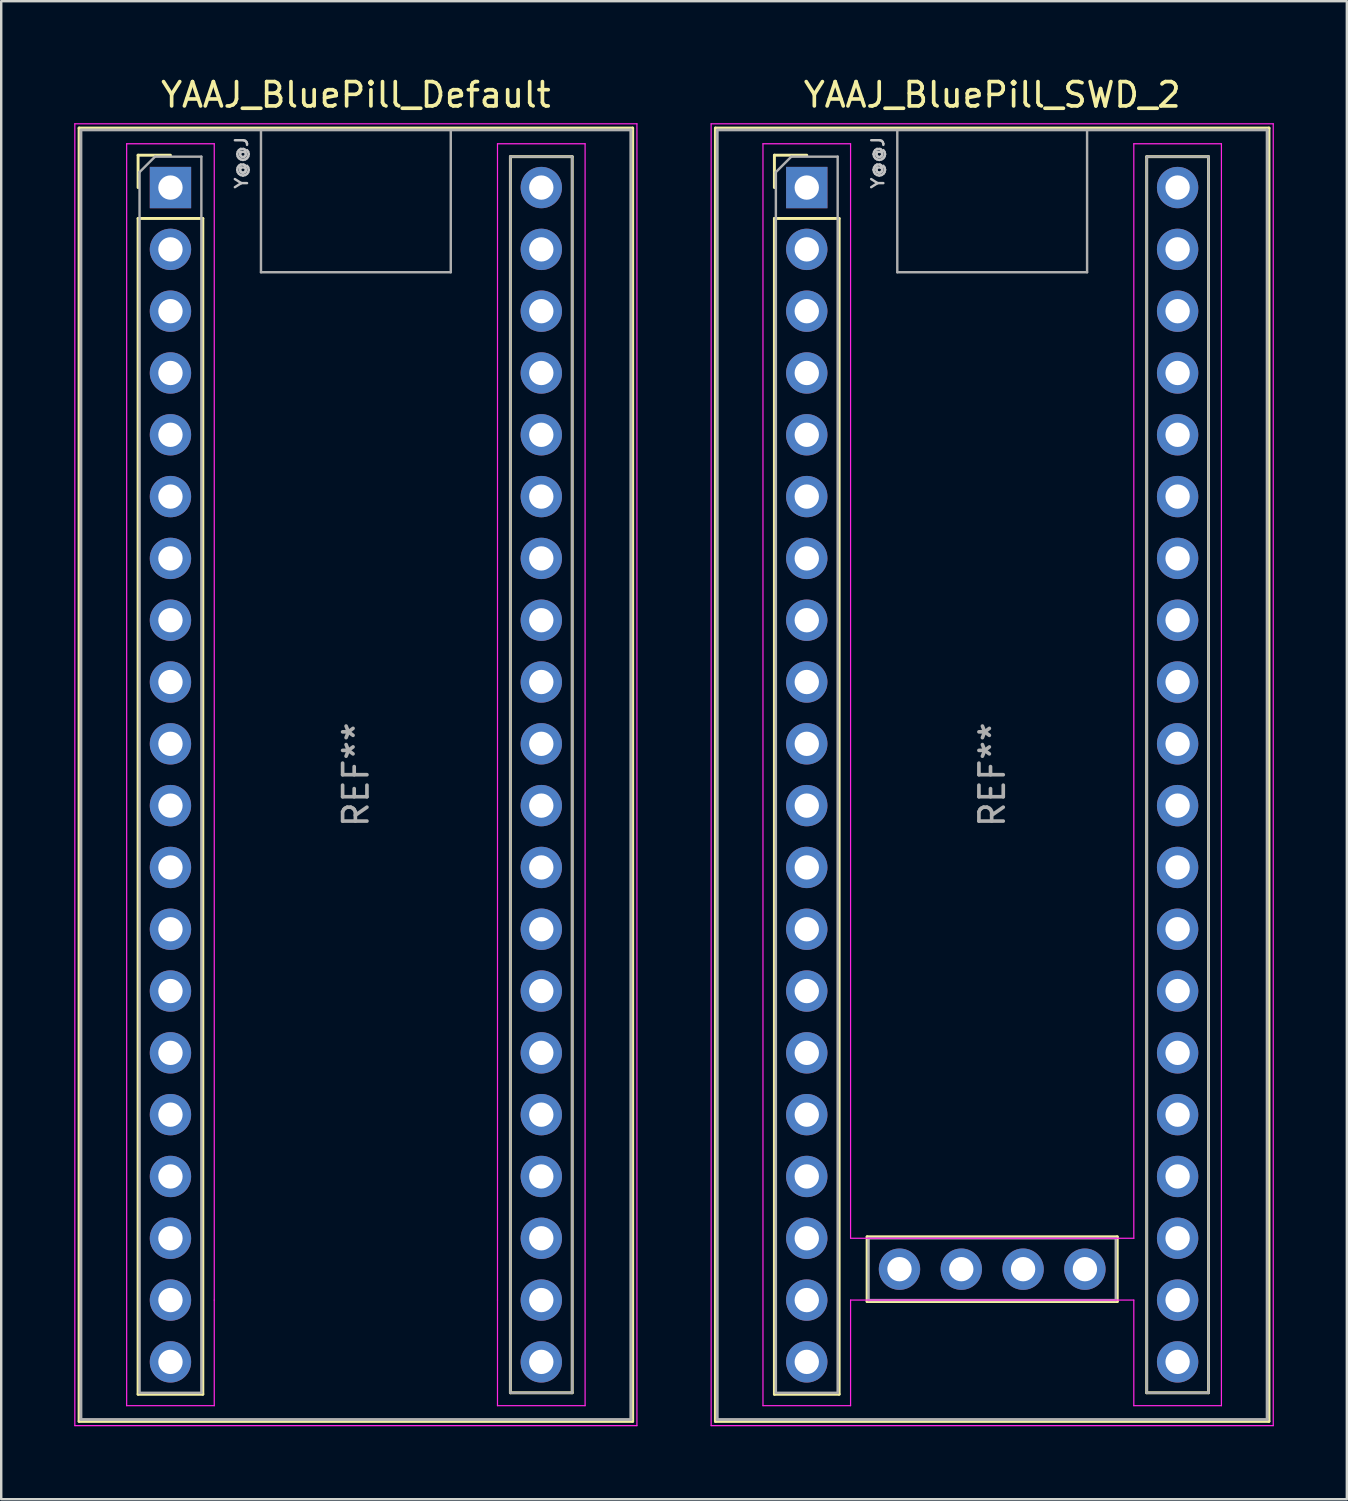
<source format=kicad_pcb>
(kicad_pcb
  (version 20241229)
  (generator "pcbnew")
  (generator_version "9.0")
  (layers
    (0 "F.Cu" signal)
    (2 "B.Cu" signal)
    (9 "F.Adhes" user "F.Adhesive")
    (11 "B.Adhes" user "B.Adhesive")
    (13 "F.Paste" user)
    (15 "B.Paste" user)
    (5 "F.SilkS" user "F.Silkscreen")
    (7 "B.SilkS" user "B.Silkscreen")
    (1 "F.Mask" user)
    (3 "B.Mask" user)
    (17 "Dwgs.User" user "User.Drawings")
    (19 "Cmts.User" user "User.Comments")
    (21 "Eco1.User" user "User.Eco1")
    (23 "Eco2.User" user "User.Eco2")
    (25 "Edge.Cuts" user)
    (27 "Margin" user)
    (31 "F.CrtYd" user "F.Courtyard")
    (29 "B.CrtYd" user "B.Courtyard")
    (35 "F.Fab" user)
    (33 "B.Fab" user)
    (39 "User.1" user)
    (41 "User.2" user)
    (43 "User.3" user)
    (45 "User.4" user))
  (footprint "YAAJ_BluePill_Default"
    (layer "F.Cu")
    (at 3.955 4.658)
    (property "Reference" "YAAJ_BluePill_Default" (at 7.62 -3.81 0) (layer "F.SilkS") (effects (font (size 1 1) (thickness 0.15))))
    (attr through_hole)
    (fp_line (start -3.755 -2.445) (end 18.995 -2.445) (stroke (width 0.12) (type solid)) (layer "F.SilkS"))
    (fp_line (start -3.755 50.705) (end -3.755 -2.445) (stroke (width 0.12) (type solid)) (layer "F.SilkS"))
    (fp_line (start -1.33 -1.33) (end 0 -1.33) (stroke (width 0.12) (type solid)) (layer "F.SilkS"))
    (fp_line (start -1.33 0) (end -1.33 -1.33) (stroke (width 0.12) (type solid)) (layer "F.SilkS"))
    (fp_line (start -1.33 1.27) (end 1.33 1.27) (stroke (width 0.12) (type solid)) (layer "F.SilkS"))
    (fp_line (start -1.33 49.59) (end -1.33 1.27) (stroke (width 0.12) (type solid)) (layer "F.SilkS"))
    (fp_line (start 1.33 1.27) (end 1.33 49.59) (stroke (width 0.12) (type solid)) (layer "F.SilkS"))
    (fp_line (start 1.33 49.59) (end -1.33 49.59) (stroke (width 0.12) (type solid)) (layer "F.SilkS"))
    (fp_line (start 13.97 -1.27) (end 16.51 -1.27) (stroke (width 0.12) (type solid)) (layer "F.SilkS"))
    (fp_line (start 13.97 49.53) (end 13.97 -1.27) (stroke (width 0.12) (type solid)) (layer "F.SilkS"))
    (fp_line (start 16.51 -1.27) (end 16.51 49.53) (stroke (width 0.12) (type solid)) (layer "F.SilkS"))
    (fp_line (start 16.51 49.53) (end 13.97 49.53) (stroke (width 0.12) (type solid)) (layer "F.SilkS"))
    (fp_line (start 18.995 -2.445) (end 18.995 50.705) (stroke (width 0.12) (type solid)) (layer "F.SilkS"))
    (fp_line (start 18.995 50.705) (end -3.755 50.705) (stroke (width 0.12) (type solid)) (layer "F.SilkS"))
    (fp_line (start -3.93 -2.62) (end 19.17 -2.62) (stroke (width 0.05) (type solid)) (layer "F.CrtYd"))
    (fp_line (start -3.93 50.88) (end -3.93 -2.62) (stroke (width 0.05) (type solid)) (layer "F.CrtYd"))
    (fp_line (start -1.8 -1.8) (end -1.8 50.06) (stroke (width 0.05) (type solid)) (layer "F.CrtYd"))
    (fp_line (start -1.8 50.06) (end 1.8 50.06) (stroke (width 0.05) (type solid)) (layer "F.CrtYd"))
    (fp_line (start 1.8 -1.8) (end -1.8 -1.8) (stroke (width 0.05) (type solid)) (layer "F.CrtYd"))
    (fp_line (start 1.8 -1.8) (end 1.8 45.72) (stroke (width 0.05) (type solid)) (layer "F.CrtYd"))
    (fp_line (start 1.8 45.72) (end 1.8 50.06) (stroke (width 0.05) (type solid)) (layer "F.CrtYd"))
    (fp_line (start 13.44 -1.8) (end 13.44 45.72) (stroke (width 0.05) (type solid)) (layer "F.CrtYd"))
    (fp_line (start 13.44 -1.8) (end 17.04 -1.8) (stroke (width 0.05) (type solid)) (layer "F.CrtYd"))
    (fp_line (start 13.44 45.72) (end 13.44 50.06) (stroke (width 0.05) (type solid)) (layer "F.CrtYd"))
    (fp_line (start 17.04 -1.8) (end 17.04 50.06) (stroke (width 0.05) (type solid)) (layer "F.CrtYd"))
    (fp_line (start 17.04 50.06) (end 13.44 50.06) (stroke (width 0.05) (type solid)) (layer "F.CrtYd"))
    (fp_line (start 19.17 -2.62) (end 19.17 50.88) (stroke (width 0.05) (type solid)) (layer "F.CrtYd"))
    (fp_line (start 19.17 50.88) (end -3.93 50.88) (stroke (width 0.05) (type solid)) (layer "F.CrtYd"))
    (fp_line (start -3.68 -2.37) (end 18.92 -2.37) (stroke (width 0.12) (type solid)) (layer "F.Fab"))
    (fp_line (start -3.68 50.63) (end -3.68 -2.32) (stroke (width 0.12) (type solid)) (layer "F.Fab"))
    (fp_line (start -3.68 50.63) (end 18.92 50.63) (stroke (width 0.12) (type solid)) (layer "F.Fab"))
    (fp_line (start -1.27 -0.635) (end -0.635 -1.27) (stroke (width 0.1) (type solid)) (layer "F.Fab"))
    (fp_line (start -1.27 49.53) (end -1.27 -0.635) (stroke (width 0.1) (type solid)) (layer "F.Fab"))
    (fp_line (start -0.635 -1.27) (end 1.27 -1.27) (stroke (width 0.1) (type solid)) (layer "F.Fab"))
    (fp_line (start 1.27 -1.27) (end 1.27 49.53) (stroke (width 0.1) (type solid)) (layer "F.Fab"))
    (fp_line (start 1.27 49.53) (end -1.27 49.53) (stroke (width 0.1) (type solid)) (layer "F.Fab"))
    (fp_line (start 3.72 3.48) (end 3.72 -2.32) (stroke (width 0.1) (type solid)) (layer "F.Fab"))
    (fp_line (start 3.72 3.48) (end 11.52 3.48) (stroke (width 0.1) (type solid)) (layer "F.Fab"))
    (fp_line (start 11.52 3.48) (end 11.52 -2.32) (stroke (width 0.1) (type solid)) (layer "F.Fab"))
    (fp_line (start 13.97 -1.27) (end 16.51 -1.27) (stroke (width 0.1) (type solid)) (layer "F.Fab"))
    (fp_line (start 13.97 49.53) (end 13.97 -1.27) (stroke (width 0.1) (type solid)) (layer "F.Fab"))
    (fp_line (start 16.51 -1.27) (end 16.51 49.53) (stroke (width 0.1) (type solid)) (layer "F.Fab"))
    (fp_line (start 16.51 49.53) (end 13.97 49.53) (stroke (width 0.1) (type solid)) (layer "F.Fab"))
    (fp_line (start 18.92 -2.37) (end 18.92 50.63) (stroke (width 0.12) (type solid)) (layer "F.Fab"))
    (fp_text user "Y@@J" (at 2.921 -1.016 90) (unlocked yes) (layer "Dwgs.User") (effects (font (size 0.5 0.5) (thickness 0.1))))
    (fp_text user "REF**" (at 7.62 24.13 90) (layer "F.Fab") (effects (font (size 1 1) (thickness 0.15))))
    (pad "1" thru_hole rect (at 0 0) (size 1.7 1.7) (drill 1) (layers "*.Cu" "*.Mask"))
    (pad "2" thru_hole circle (at 0 2.54) (size 1.7 1.7) (drill 1) (layers "*.Cu" "*.Mask"))
    (pad "3" thru_hole circle (at 0 5.08) (size 1.7 1.7) (drill 1) (layers "*.Cu" "*.Mask"))
    (pad "4" thru_hole circle (at 0 7.62) (size 1.7 1.7) (drill 1) (layers "*.Cu" "*.Mask"))
    (pad "5" thru_hole circle (at 0 10.16) (size 1.7 1.7) (drill 1) (layers "*.Cu" "*.Mask"))
    (pad "6" thru_hole circle (at 0 12.7) (size 1.7 1.7) (drill 1) (layers "*.Cu" "*.Mask"))
    (pad "7" thru_hole circle (at 0 15.24) (size 1.7 1.7) (drill 1) (layers "*.Cu" "*.Mask"))
    (pad "8" thru_hole circle (at 0 17.78) (size 1.7 1.7) (drill 1) (layers "*.Cu" "*.Mask"))
    (pad "9" thru_hole circle (at 0 20.32) (size 1.7 1.7) (drill 1) (layers "*.Cu" "*.Mask"))
    (pad "10" thru_hole circle (at 0 22.86) (size 1.7 1.7) (drill 1) (layers "*.Cu" "*.Mask"))
    (pad "11" thru_hole circle (at 0 25.4) (size 1.7 1.7) (drill 1) (layers "*.Cu" "*.Mask"))
    (pad "12" thru_hole circle (at 0 27.94) (size 1.7 1.7) (drill 1) (layers "*.Cu" "*.Mask"))
    (pad "13" thru_hole circle (at 0 30.48) (size 1.7 1.7) (drill 1) (layers "*.Cu" "*.Mask"))
    (pad "14" thru_hole circle (at 0 33.02) (size 1.7 1.7) (drill 1) (layers "*.Cu" "*.Mask"))
    (pad "15" thru_hole circle (at 0 35.56) (size 1.7 1.7) (drill 1) (layers "*.Cu" "*.Mask"))
    (pad "16" thru_hole circle (at 0 38.1) (size 1.7 1.7) (drill 1) (layers "*.Cu" "*.Mask"))
    (pad "17" thru_hole circle (at 0 40.64) (size 1.7 1.7) (drill 1) (layers "*.Cu" "*.Mask"))
    (pad "18" thru_hole circle (at 0 43.18) (size 1.7 1.7) (drill 1) (layers "*.Cu" "*.Mask"))
    (pad "19" thru_hole circle (at 0 45.72) (size 1.7 1.7) (drill 1) (layers "*.Cu" "*.Mask"))
    (pad "20" thru_hole circle (at 0 48.26) (size 1.7 1.7) (drill 1) (layers "*.Cu" "*.Mask"))
    (pad "21" thru_hole circle (at 15.24 48.26) (size 1.7 1.7) (drill 1) (layers "*.Cu" "*.Mask"))
    (pad "22" thru_hole circle (at 15.24 45.72) (size 1.7 1.7) (drill 1) (layers "*.Cu" "*.Mask"))
    (pad "23" thru_hole circle (at 15.24 43.18) (size 1.7 1.7) (drill 1) (layers "*.Cu" "*.Mask"))
    (pad "24" thru_hole circle (at 15.24 40.64) (size 1.7 1.7) (drill 1) (layers "*.Cu" "*.Mask"))
    (pad "25" thru_hole circle (at 15.24 38.1) (size 1.7 1.7) (drill 1) (layers "*.Cu" "*.Mask"))
    (pad "26" thru_hole circle (at 15.24 35.56) (size 1.7 1.7) (drill 1) (layers "*.Cu" "*.Mask"))
    (pad "27" thru_hole circle (at 15.24 33.02) (size 1.7 1.7) (drill 1) (layers "*.Cu" "*.Mask"))
    (pad "28" thru_hole circle (at 15.24 30.48) (size 1.7 1.7) (drill 1) (layers "*.Cu" "*.Mask"))
    (pad "29" thru_hole circle (at 15.24 27.94) (size 1.7 1.7) (drill 1) (layers "*.Cu" "*.Mask"))
    (pad "30" thru_hole circle (at 15.24 25.4) (size 1.7 1.7) (drill 1) (layers "*.Cu" "*.Mask"))
    (pad "31" thru_hole circle (at 15.24 22.86) (size 1.7 1.7) (drill 1) (layers "*.Cu" "*.Mask"))
    (pad "32" thru_hole circle (at 15.24 20.32) (size 1.7 1.7) (drill 1) (layers "*.Cu" "*.Mask"))
    (pad "33" thru_hole circle (at 15.24 17.78) (size 1.7 1.7) (drill 1) (layers "*.Cu" "*.Mask"))
    (pad "34" thru_hole circle (at 15.24 15.24) (size 1.7 1.7) (drill 1) (layers "*.Cu" "*.Mask"))
    (pad "35" thru_hole circle (at 15.24 12.7) (size 1.7 1.7) (drill 1) (layers "*.Cu" "*.Mask"))
    (pad "36" thru_hole circle (at 15.24 10.16) (size 1.7 1.7) (drill 1) (layers "*.Cu" "*.Mask"))
    (pad "37" thru_hole circle (at 15.24 7.62) (size 1.7 1.7) (drill 1) (layers "*.Cu" "*.Mask"))
    (pad "38" thru_hole circle (at 15.24 5.08) (size 1.7 1.7) (drill 1) (layers "*.Cu" "*.Mask"))
    (pad "39" thru_hole circle (at 15.24 2.54) (size 1.7 1.7) (drill 1) (layers "*.Cu" "*.Mask"))
    (pad "40" thru_hole circle (at 15.24 0) (size 1.7 1.7) (drill 1) (layers "*.Cu" "*.Mask")))
  (footprint "YAAJ_BluePill_SWD_2"
    (layer "F.Cu")
    (at 30.105 4.658)
    (property "Reference" "YAAJ_BluePill_SWD_2" (at 7.62 -3.81 0) (layer "F.SilkS") (effects (font (size 1 1) (thickness 0.15))))
    (attr through_hole)
    (fp_line (start -3.755 -2.445) (end 18.995 -2.445) (stroke (width 0.12) (type solid)) (layer "F.SilkS"))
    (fp_line (start -3.755 50.705) (end -3.755 -2.445) (stroke (width 0.12) (type solid)) (layer "F.SilkS"))
    (fp_line (start -1.33 -1.33) (end 0 -1.33) (stroke (width 0.12) (type solid)) (layer "F.SilkS"))
    (fp_line (start -1.33 0) (end -1.33 -1.33) (stroke (width 0.12) (type solid)) (layer "F.SilkS"))
    (fp_line (start -1.33 1.27) (end 1.33 1.27) (stroke (width 0.12) (type solid)) (layer "F.SilkS"))
    (fp_line (start -1.33 49.59) (end -1.33 1.27) (stroke (width 0.12) (type solid)) (layer "F.SilkS"))
    (fp_line (start 1.33 1.27) (end 1.33 49.59) (stroke (width 0.12) (type solid)) (layer "F.SilkS"))
    (fp_line (start 1.33 49.59) (end -1.33 49.59) (stroke (width 0.12) (type solid)) (layer "F.SilkS"))
    (fp_line (start 2.48 43.12) (end 2.48 45.78) (stroke (width 0.12) (type solid)) (layer "F.SilkS"))
    (fp_line (start 2.48 45.78) (end 12.76 45.78) (stroke (width 0.12) (type solid)) (layer "F.SilkS"))
    (fp_line (start 12.76 43.12) (end 2.48 43.12) (stroke (width 0.12) (type solid)) (layer "F.SilkS"))
    (fp_line (start 12.76 45.78) (end 12.76 43.12) (stroke (width 0.12) (type solid)) (layer "F.SilkS"))
    (fp_line (start 13.97 -1.27) (end 16.51 -1.27) (stroke (width 0.12) (type solid)) (layer "F.SilkS"))
    (fp_line (start 13.97 49.53) (end 13.97 -1.27) (stroke (width 0.12) (type solid)) (layer "F.SilkS"))
    (fp_line (start 16.51 -1.27) (end 16.51 49.53) (stroke (width 0.12) (type solid)) (layer "F.SilkS"))
    (fp_line (start 16.51 49.53) (end 13.97 49.53) (stroke (width 0.12) (type solid)) (layer "F.SilkS"))
    (fp_line (start 18.995 -2.445) (end 18.995 50.705) (stroke (width 0.12) (type solid)) (layer "F.SilkS"))
    (fp_line (start 18.995 50.705) (end -3.755 50.705) (stroke (width 0.12) (type solid)) (layer "F.SilkS"))
    (fp_line (start -3.93 -2.62) (end 19.17 -2.62) (stroke (width 0.05) (type solid)) (layer "F.CrtYd"))
    (fp_line (start -3.93 50.88) (end -3.93 -2.62) (stroke (width 0.05) (type solid)) (layer "F.CrtYd"))
    (fp_line (start -1.8 -1.8) (end -1.8 50.06) (stroke (width 0.05) (type solid)) (layer "F.CrtYd"))
    (fp_line (start -1.8 50.06) (end 1.8 50.06) (stroke (width 0.05) (type solid)) (layer "F.CrtYd"))
    (fp_line (start 1.8 -1.8) (end -1.8 -1.8) (stroke (width 0.05) (type solid)) (layer "F.CrtYd"))
    (fp_line (start 1.8 -1.8) (end 1.8 43.18) (stroke (width 0.05) (type solid)) (layer "F.CrtYd"))
    (fp_line (start 1.8 43.18) (end 13.44 43.18) (stroke (width 0.05) (type solid)) (layer "F.CrtYd"))
    (fp_line (start 1.8 45.72) (end 1.8 50.06) (stroke (width 0.05) (type solid)) (layer "F.CrtYd"))
    (fp_line (start 13.44 -1.8) (end 13.44 43.18) (stroke (width 0.05) (type solid)) (layer "F.CrtYd"))
    (fp_line (start 13.44 -1.8) (end 17.04 -1.8) (stroke (width 0.05) (type solid)) (layer "F.CrtYd"))
    (fp_line (start 13.44 45.72) (end 1.8 45.72) (stroke (width 0.05) (type solid)) (layer "F.CrtYd"))
    (fp_line (start 13.44 45.72) (end 13.44 50.06) (stroke (width 0.05) (type solid)) (layer "F.CrtYd"))
    (fp_line (start 17.04 -1.8) (end 17.04 50.06) (stroke (width 0.05) (type solid)) (layer "F.CrtYd"))
    (fp_line (start 17.04 50.06) (end 13.44 50.06) (stroke (width 0.05) (type solid)) (layer "F.CrtYd"))
    (fp_line (start 19.17 -2.62) (end 19.17 50.88) (stroke (width 0.05) (type solid)) (layer "F.CrtYd"))
    (fp_line (start 19.17 50.88) (end -3.93 50.88) (stroke (width 0.05) (type solid)) (layer "F.CrtYd"))
    (fp_line (start -3.68 -2.37) (end 18.92 -2.37) (stroke (width 0.12) (type solid)) (layer "F.Fab"))
    (fp_line (start -3.68 50.63) (end -3.68 -2.32) (stroke (width 0.12) (type solid)) (layer "F.Fab"))
    (fp_line (start -3.68 50.63) (end 18.92 50.63) (stroke (width 0.12) (type solid)) (layer "F.Fab"))
    (fp_line (start -1.27 -0.635) (end -0.635 -1.27) (stroke (width 0.1) (type solid)) (layer "F.Fab"))
    (fp_line (start -1.27 49.53) (end -1.27 -0.635) (stroke (width 0.1) (type solid)) (layer "F.Fab"))
    (fp_line (start -0.635 -1.27) (end 1.27 -1.27) (stroke (width 0.1) (type solid)) (layer "F.Fab"))
    (fp_line (start 1.27 -1.27) (end 1.27 49.53) (stroke (width 0.1) (type solid)) (layer "F.Fab"))
    (fp_line (start 1.27 49.53) (end -1.27 49.53) (stroke (width 0.1) (type solid)) (layer "F.Fab"))
    (fp_line (start 2.54 43.18) (end 12.7 43.18) (stroke (width 0.1) (type solid)) (layer "F.Fab"))
    (fp_line (start 2.54 45.72) (end 2.54 43.18) (stroke (width 0.1) (type solid)) (layer "F.Fab"))
    (fp_line (start 3.72 3.48) (end 3.72 -2.32) (stroke (width 0.1) (type solid)) (layer "F.Fab"))
    (fp_line (start 3.72 3.48) (end 11.52 3.48) (stroke (width 0.1) (type solid)) (layer "F.Fab"))
    (fp_line (start 11.52 3.48) (end 11.52 -2.32) (stroke (width 0.1) (type solid)) (layer "F.Fab"))
    (fp_line (start 12.7 43.18) (end 12.7 45.72) (stroke (width 0.1) (type solid)) (layer "F.Fab"))
    (fp_line (start 12.7 45.72) (end 2.54 45.72) (stroke (width 0.1) (type solid)) (layer "F.Fab"))
    (fp_line (start 13.97 -1.27) (end 16.51 -1.27) (stroke (width 0.1) (type solid)) (layer "F.Fab"))
    (fp_line (start 13.97 49.53) (end 13.97 -1.27) (stroke (width 0.1) (type solid)) (layer "F.Fab"))
    (fp_line (start 16.51 -1.27) (end 16.51 49.53) (stroke (width 0.1) (type solid)) (layer "F.Fab"))
    (fp_line (start 16.51 49.53) (end 13.97 49.53) (stroke (width 0.1) (type solid)) (layer "F.Fab"))
    (fp_line (start 18.92 -2.37) (end 18.92 50.63) (stroke (width 0.12) (type solid)) (layer "F.Fab"))
    (fp_text user "Y@@J" (at 2.921 -1.016 90) (unlocked yes) (layer "Dwgs.User") (effects (font (size 0.5 0.5) (thickness 0.1))))
    (fp_text user "REF**" (at 7.62 24.13 90) (layer "F.Fab") (effects (font (size 1 1) (thickness 0.15))))
    (pad "1" thru_hole rect (at 0 0) (size 1.7 1.7) (drill 1) (layers "*.Cu" "*.Mask"))
    (pad "2" thru_hole circle (at 0 2.54) (size 1.7 1.7) (drill 1) (layers "*.Cu" "*.Mask"))
    (pad "3" thru_hole circle (at 0 5.08) (size 1.7 1.7) (drill 1) (layers "*.Cu" "*.Mask"))
    (pad "4" thru_hole circle (at 0 7.62) (size 1.7 1.7) (drill 1) (layers "*.Cu" "*.Mask"))
    (pad "5" thru_hole circle (at 0 10.16) (size 1.7 1.7) (drill 1) (layers "*.Cu" "*.Mask"))
    (pad "6" thru_hole circle (at 0 12.7) (size 1.7 1.7) (drill 1) (layers "*.Cu" "*.Mask"))
    (pad "7" thru_hole circle (at 0 15.24) (size 1.7 1.7) (drill 1) (layers "*.Cu" "*.Mask"))
    (pad "8" thru_hole circle (at 0 17.78) (size 1.7 1.7) (drill 1) (layers "*.Cu" "*.Mask"))
    (pad "9" thru_hole circle (at 0 20.32) (size 1.7 1.7) (drill 1) (layers "*.Cu" "*.Mask"))
    (pad "10" thru_hole circle (at 0 22.86) (size 1.7 1.7) (drill 1) (layers "*.Cu" "*.Mask"))
    (pad "11" thru_hole circle (at 0 25.4) (size 1.7 1.7) (drill 1) (layers "*.Cu" "*.Mask"))
    (pad "12" thru_hole circle (at 0 27.94) (size 1.7 1.7) (drill 1) (layers "*.Cu" "*.Mask"))
    (pad "13" thru_hole circle (at 0 30.48) (size 1.7 1.7) (drill 1) (layers "*.Cu" "*.Mask"))
    (pad "14" thru_hole circle (at 0 33.02) (size 1.7 1.7) (drill 1) (layers "*.Cu" "*.Mask"))
    (pad "15" thru_hole circle (at 0 35.56) (size 1.7 1.7) (drill 1) (layers "*.Cu" "*.Mask"))
    (pad "16" thru_hole circle (at 0 38.1) (size 1.7 1.7) (drill 1) (layers "*.Cu" "*.Mask"))
    (pad "17" thru_hole circle (at 0 40.64) (size 1.7 1.7) (drill 1) (layers "*.Cu" "*.Mask"))
    (pad "18" thru_hole circle (at 0 43.18) (size 1.7 1.7) (drill 1) (layers "*.Cu" "*.Mask"))
    (pad "19" thru_hole circle (at 0 45.72) (size 1.7 1.7) (drill 1) (layers "*.Cu" "*.Mask"))
    (pad "20" thru_hole circle (at 0 48.26) (size 1.7 1.7) (drill 1) (layers "*.Cu" "*.Mask"))
    (pad "21" thru_hole circle (at 15.24 48.26) (size 1.7 1.7) (drill 1) (layers "*.Cu" "*.Mask"))
    (pad "22" thru_hole circle (at 15.24 45.72) (size 1.7 1.7) (drill 1) (layers "*.Cu" "*.Mask"))
    (pad "23" thru_hole circle (at 15.24 43.18) (size 1.7 1.7) (drill 1) (layers "*.Cu" "*.Mask"))
    (pad "24" thru_hole circle (at 15.24 40.64) (size 1.7 1.7) (drill 1) (layers "*.Cu" "*.Mask"))
    (pad "25" thru_hole circle (at 15.24 38.1) (size 1.7 1.7) (drill 1) (layers "*.Cu" "*.Mask"))
    (pad "26" thru_hole circle (at 15.24 35.56) (size 1.7 1.7) (drill 1) (layers "*.Cu" "*.Mask"))
    (pad "27" thru_hole circle (at 15.24 33.02) (size 1.7 1.7) (drill 1) (layers "*.Cu" "*.Mask"))
    (pad "28" thru_hole circle (at 15.24 30.48) (size 1.7 1.7) (drill 1) (layers "*.Cu" "*.Mask"))
    (pad "29" thru_hole circle (at 15.24 27.94) (size 1.7 1.7) (drill 1) (layers "*.Cu" "*.Mask"))
    (pad "30" thru_hole circle (at 15.24 25.4) (size 1.7 1.7) (drill 1) (layers "*.Cu" "*.Mask"))
    (pad "31" thru_hole circle (at 15.24 22.86) (size 1.7 1.7) (drill 1) (layers "*.Cu" "*.Mask"))
    (pad "32" thru_hole circle (at 15.24 20.32) (size 1.7 1.7) (drill 1) (layers "*.Cu" "*.Mask"))
    (pad "33" thru_hole circle (at 15.24 17.78) (size 1.7 1.7) (drill 1) (layers "*.Cu" "*.Mask"))
    (pad "34" thru_hole circle (at 15.24 15.24) (size 1.7 1.7) (drill 1) (layers "*.Cu" "*.Mask"))
    (pad "35" thru_hole circle (at 15.24 12.7) (size 1.7 1.7) (drill 1) (layers "*.Cu" "*.Mask"))
    (pad "36" thru_hole circle (at 15.24 10.16) (size 1.7 1.7) (drill 1) (layers "*.Cu" "*.Mask"))
    (pad "37" thru_hole circle (at 15.24 7.62) (size 1.7 1.7) (drill 1) (layers "*.Cu" "*.Mask"))
    (pad "38" thru_hole circle (at 15.24 5.08) (size 1.7 1.7) (drill 1) (layers "*.Cu" "*.Mask"))
    (pad "39" thru_hole circle (at 15.24 2.54) (size 1.7 1.7) (drill 1) (layers "*.Cu" "*.Mask"))
    (pad "40" thru_hole circle (at 15.24 0) (size 1.7 1.7) (drill 1) (layers "*.Cu" "*.Mask"))
    (pad "41" thru_hole circle (at 11.43 44.45) (size 1.7 1.7) (drill 1) (layers "*.Cu" "*.Mask"))
    (pad "42" thru_hole circle (at 8.89 44.45) (size 1.7 1.7) (drill 1) (layers "*.Cu" "*.Mask"))
    (pad "43" thru_hole circle (at 6.35 44.45) (size 1.7 1.7) (drill 1) (layers "*.Cu" "*.Mask"))
    (pad "44" thru_hole circle (at 3.81 44.45) (size 1.7 1.7) (drill 1) (layers "*.Cu" "*.Mask")))
  (gr_rect
    (start -3 -3)
    (end 52.3 58.563)
    (stroke (width 0.1) (type default))
    (fill no)
    (layer "Edge.Cuts")))
</source>
